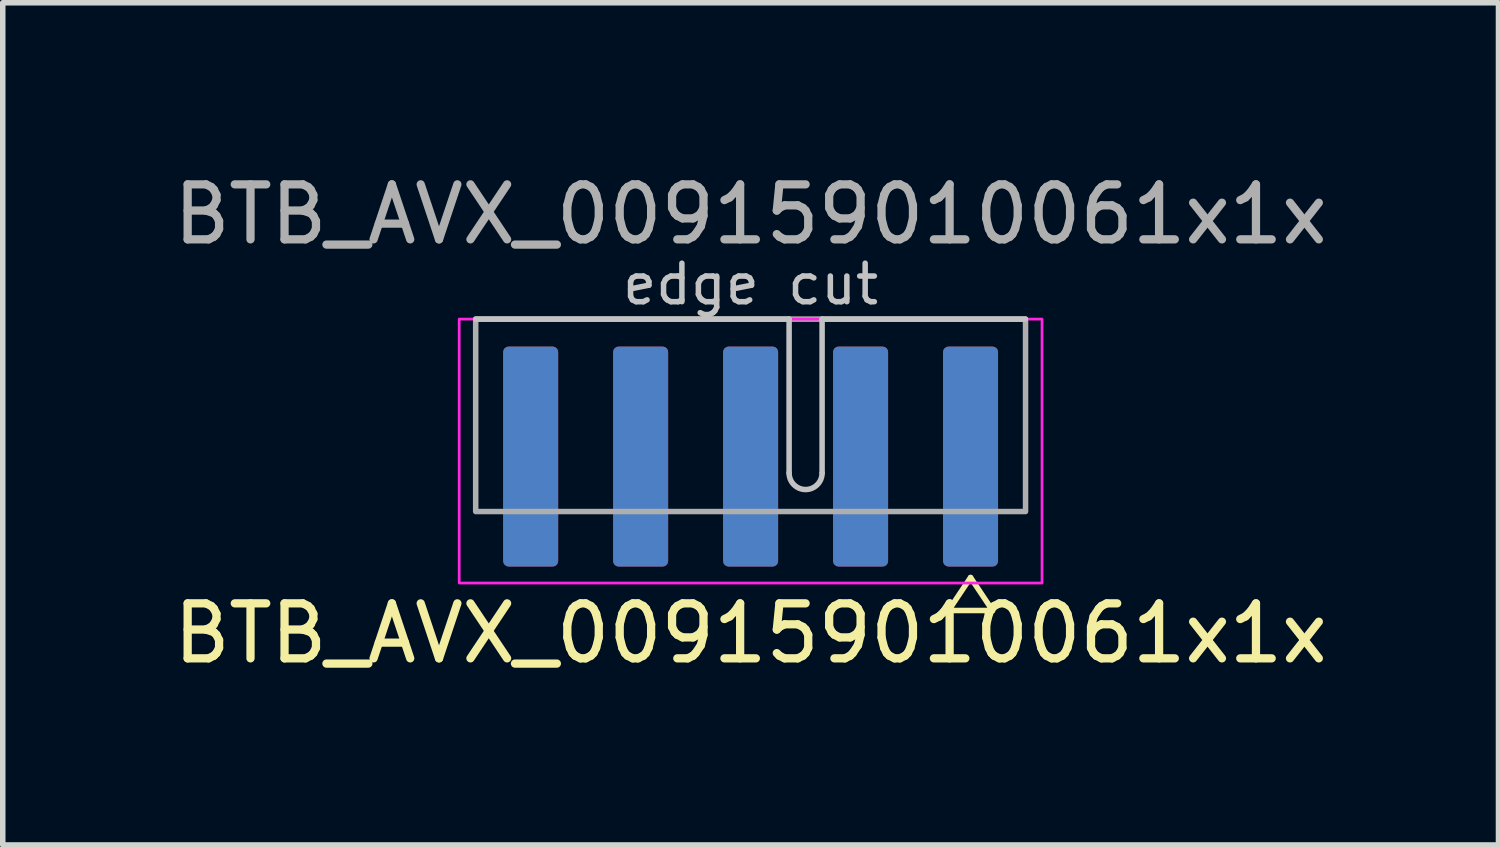
<source format=kicad_pcb>
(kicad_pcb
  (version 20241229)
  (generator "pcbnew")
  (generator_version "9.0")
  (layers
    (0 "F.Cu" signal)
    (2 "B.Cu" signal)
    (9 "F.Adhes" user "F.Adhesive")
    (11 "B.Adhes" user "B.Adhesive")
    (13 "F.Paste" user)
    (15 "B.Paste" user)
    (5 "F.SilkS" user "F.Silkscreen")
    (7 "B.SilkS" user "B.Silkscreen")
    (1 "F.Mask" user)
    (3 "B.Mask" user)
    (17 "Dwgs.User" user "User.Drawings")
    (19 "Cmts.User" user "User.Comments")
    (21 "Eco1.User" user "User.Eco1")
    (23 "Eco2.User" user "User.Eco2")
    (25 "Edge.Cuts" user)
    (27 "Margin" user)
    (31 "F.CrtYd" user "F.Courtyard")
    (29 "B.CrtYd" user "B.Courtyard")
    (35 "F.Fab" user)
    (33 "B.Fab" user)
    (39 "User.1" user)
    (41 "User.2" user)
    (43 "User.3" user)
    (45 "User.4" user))
  (footprint "BTB_AVX_009159010061x1x"
    (layer "F.Cu")
    (at 10.601 2.753)
    (property "Reference" "BTB_AVX_009159010061x1x" (at 0 5.715 0) (unlocked yes) (layer "F.SilkS") (effects (font (size 1 1) (thickness 0.15))))
    (attr smd)
    (fp_line (start 3.6 5.3) (end 4.4 5.3) (stroke (width 0.1) (type default)) (layer "F.SilkS"))
    (fp_line (start 4 4.7) (end 3.6 5.3) (stroke (width 0.1) (type default)) (layer "F.SilkS"))
    (fp_line (start 4.4 5.3) (end 4 4.7) (stroke (width 0.1) (type default)) (layer "F.SilkS"))
    (fp_line (start -5 0) (end 0.7 0) (stroke (width 0.1) (type solid)) (layer "Dwgs.User"))
    (fp_line (start 0.7 0) (end 0.7 2.8) (stroke (width 0.1) (type default)) (layer "Dwgs.User"))
    (fp_line (start 1.3 2.8) (end 1.3 0) (stroke (width 0.1) (type default)) (layer "Dwgs.User"))
    (fp_line (start 5 0) (end 1.3 0) (stroke (width 0.1) (type solid)) (layer "Dwgs.User"))
    (fp_arc (start 1.3 2.8) (mid 1 3.1) (end 0.7 2.8) (stroke (width 0.1) (type default)) (layer "Dwgs.User"))
    (fp_rect (start -5.3 0) (end 5.3 4.8) (stroke (width 0.05) (type solid)) (fill no) (layer "F.CrtYd"))
    (fp_rect (start -5 0) (end 5 3.5) (stroke (width 0.1) (type solid)) (fill no) (layer "F.Fab"))
    (fp_text user "edge cut" (at 0 -0.635 0) (unlocked yes) (layer "Dwgs.User") (effects (font (size 0.7 0.7) (thickness 0.1))))
    (fp_text user "${REFERENCE}" (at 0 -1.905 0) (unlocked yes) (layer "F.Fab") (effects (font (size 1 1) (thickness 0.15))))
    (pad "1" smd roundrect (at 4 2.5) (size 1 4) (layers "F.Cu" "F.Mask" "F.Paste") (roundrect_rratio 0.1))
    (pad "2" smd roundrect (at 2 2.5) (size 1 4) (layers "F.Cu" "F.Mask" "F.Paste") (roundrect_rratio 0.1))
    (pad "3" smd roundrect (at 0 2.5) (size 1 4) (layers "F.Cu" "F.Mask" "F.Paste") (roundrect_rratio 0.1))
    (pad "4" smd roundrect (at -2 2.5) (size 1 4) (layers "F.Cu" "F.Mask" "F.Paste") (roundrect_rratio 0.1))
    (pad "5" smd roundrect (at -4 2.5) (size 1 4) (layers "F.Cu" "F.Mask" "F.Paste") (roundrect_rratio 0.1))
    (pad "6" smd roundrect (at -4 2.5) (size 1 4) (layers "B.Cu" "B.Mask" "B.Paste") (roundrect_rratio 0.1))
    (pad "7" smd roundrect (at -2 2.5) (size 1 4) (layers "B.Cu" "B.Mask" "B.Paste") (roundrect_rratio 0.1))
    (pad "8" smd roundrect (at 0 2.5) (size 1 4) (layers "B.Cu" "B.Mask" "B.Paste") (roundrect_rratio 0.1))
    (pad "9" smd roundrect (at 2 2.5) (size 1 4) (layers "B.Cu" "B.Mask" "B.Paste") (roundrect_rratio 0.1))
    (pad "10" smd roundrect (at 4 2.5) (size 1 4) (layers "B.Cu" "B.Mask" "B.Paste") (roundrect_rratio 0.1)))
  (gr_rect
    (start -3 -3)
    (end 24.202 12.316)
    (stroke (width 0.1) (type default))
    (fill no)
    (layer "Edge.Cuts")))
</source>
